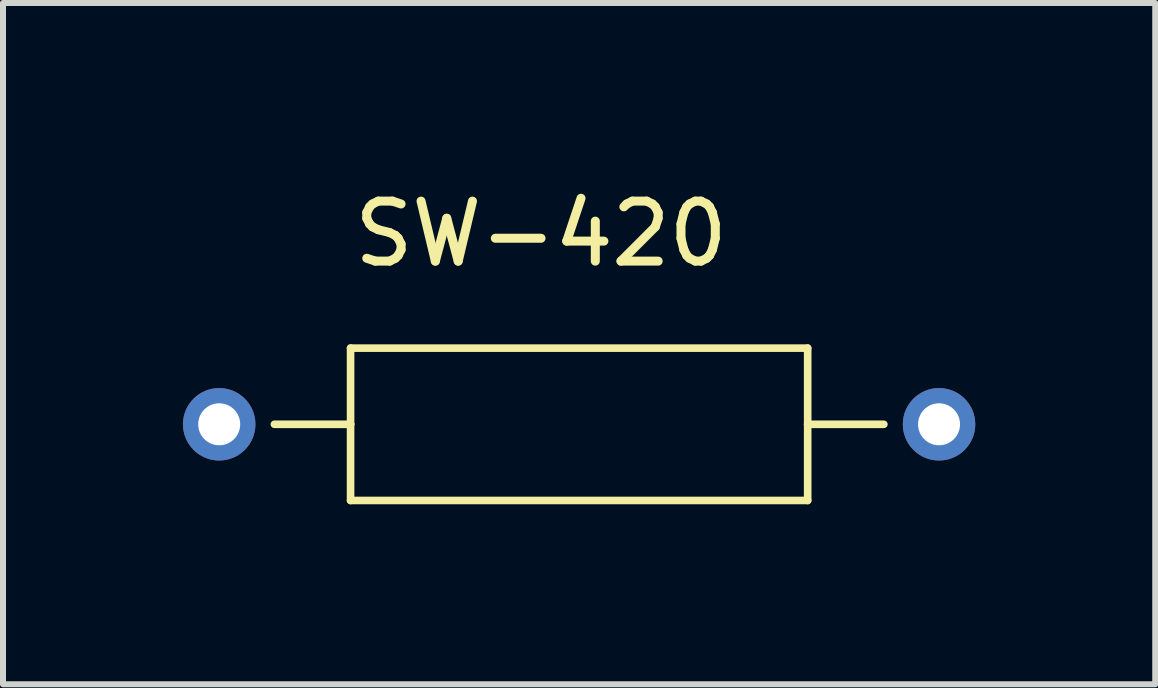
<source format=kicad_pcb>
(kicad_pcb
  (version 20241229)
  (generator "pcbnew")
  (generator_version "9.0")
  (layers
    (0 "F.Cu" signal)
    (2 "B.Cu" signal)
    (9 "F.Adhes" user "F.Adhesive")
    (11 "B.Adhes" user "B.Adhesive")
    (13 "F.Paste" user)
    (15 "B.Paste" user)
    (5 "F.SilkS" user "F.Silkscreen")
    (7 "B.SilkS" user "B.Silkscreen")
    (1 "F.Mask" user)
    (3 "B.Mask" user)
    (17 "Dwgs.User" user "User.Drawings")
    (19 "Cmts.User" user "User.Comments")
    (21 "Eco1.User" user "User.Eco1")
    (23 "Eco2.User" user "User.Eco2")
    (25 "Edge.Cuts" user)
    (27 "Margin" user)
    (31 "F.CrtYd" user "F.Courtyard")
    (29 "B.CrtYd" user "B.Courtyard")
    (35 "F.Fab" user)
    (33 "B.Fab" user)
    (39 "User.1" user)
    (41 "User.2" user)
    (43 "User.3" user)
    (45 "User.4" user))
  (footprint "SW-420"
    (layer "F.Cu")
    (at 6.604 4.023)
    (property "Reference" "SW-420" (at -0.635 -3.175 0) (layer "F.SilkS") (effects (font (size 1 1) (thickness 0.15))))
    (attr through_hole)
    (fp_line (start -3.81 -1.27) (end -3.81 0) (stroke (width 0.127) (type solid)) (layer "F.SilkS"))
    (fp_line (start -3.81 0) (end -5.08 0) (stroke (width 0.127) (type solid)) (layer "F.SilkS"))
    (fp_line (start -3.81 0) (end -3.81 1.27) (stroke (width 0.127) (type solid)) (layer "F.SilkS"))
    (fp_line (start -3.81 1.27) (end 3.81 1.27) (stroke (width 0.127) (type solid)) (layer "F.SilkS"))
    (fp_line (start 3.81 -1.27) (end -3.81 -1.27) (stroke (width 0.127) (type solid)) (layer "F.SilkS"))
    (fp_line (start 3.81 0) (end 3.81 -1.27) (stroke (width 0.127) (type solid)) (layer "F.SilkS"))
    (fp_line (start 3.81 0) (end 5.08 0) (stroke (width 0.127) (type solid)) (layer "F.SilkS"))
    (fp_line (start 3.81 1.27) (end 3.81 0) (stroke (width 0.127) (type solid)) (layer "F.SilkS"))
    (pad "P$1" thru_hole circle (at -6 0) (size 1.208 1.208) (drill 0.7) (layers "*.Cu" "*.Mask"))
    (pad "P$2" thru_hole circle (at 6 0) (size 1.208 1.208) (drill 0.7) (layers "*.Cu" "*.Mask")))
  (gr_rect
    (start -3 -3)
    (end 16.208 8.357)
    (stroke (width 0.1) (type default))
    (fill no)
    (layer "Edge.Cuts")))
</source>
